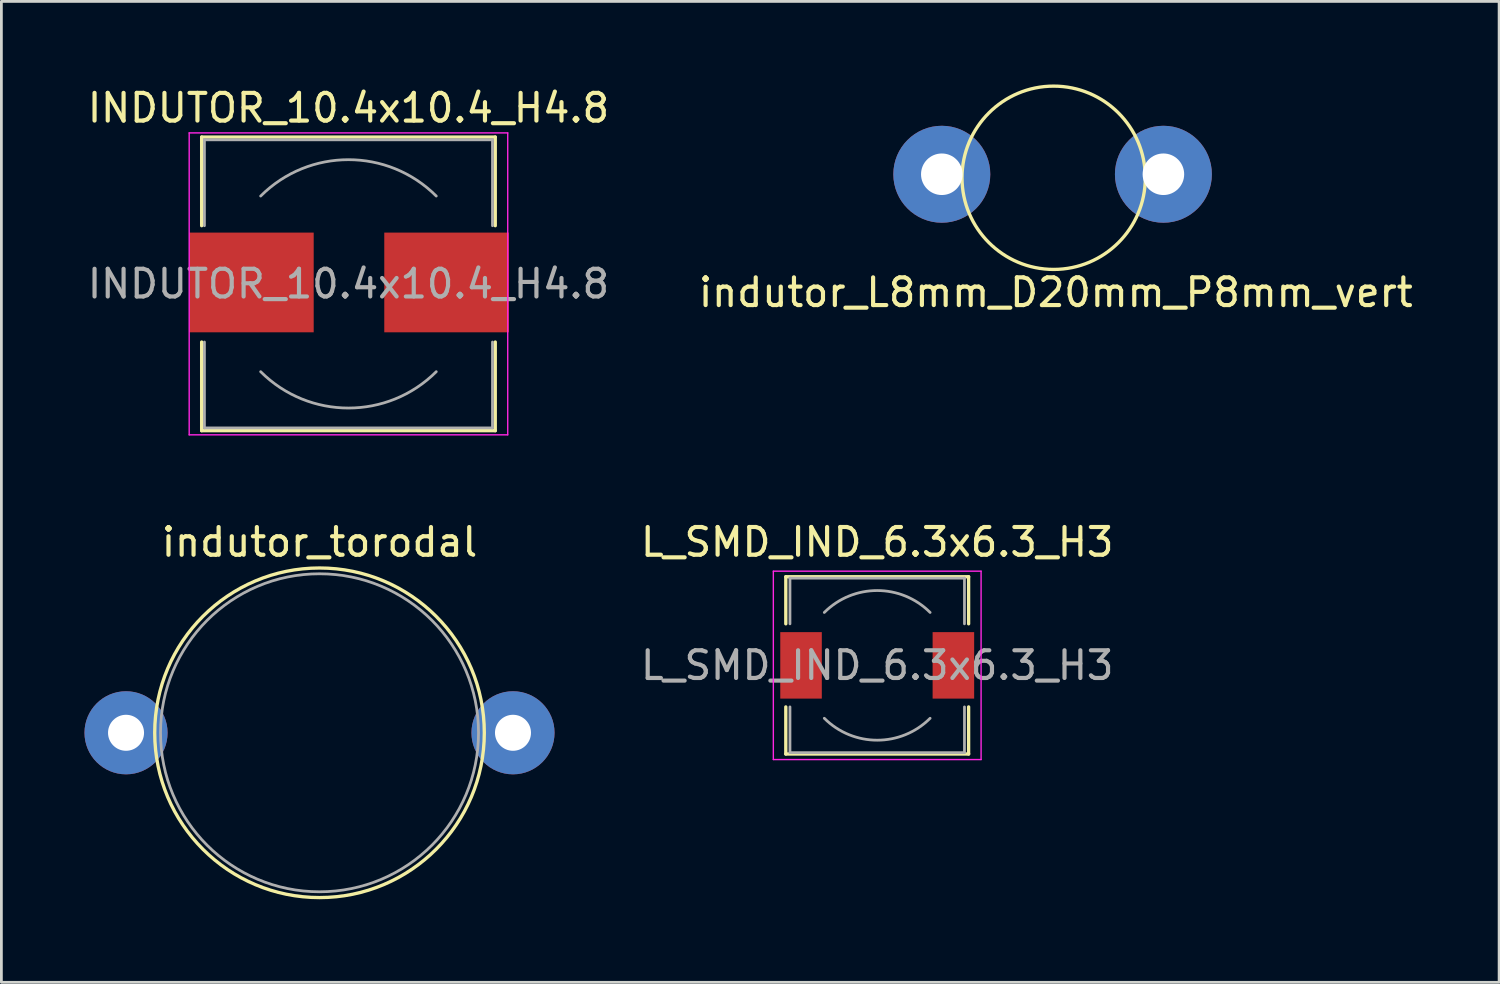
<source format=kicad_pcb>
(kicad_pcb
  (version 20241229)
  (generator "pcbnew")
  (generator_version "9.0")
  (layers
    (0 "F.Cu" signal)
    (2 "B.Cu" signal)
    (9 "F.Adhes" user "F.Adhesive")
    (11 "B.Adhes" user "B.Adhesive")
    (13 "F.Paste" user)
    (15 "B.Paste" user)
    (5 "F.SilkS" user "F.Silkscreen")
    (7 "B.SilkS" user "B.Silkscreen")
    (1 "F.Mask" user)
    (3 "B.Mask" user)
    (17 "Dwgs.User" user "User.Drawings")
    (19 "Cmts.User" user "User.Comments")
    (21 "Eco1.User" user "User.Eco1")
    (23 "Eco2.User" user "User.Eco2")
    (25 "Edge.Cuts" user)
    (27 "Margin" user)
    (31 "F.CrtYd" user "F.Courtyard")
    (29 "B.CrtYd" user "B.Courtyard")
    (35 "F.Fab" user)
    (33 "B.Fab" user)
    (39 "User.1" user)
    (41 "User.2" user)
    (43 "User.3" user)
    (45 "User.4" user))
  (footprint "INDUTOR_10.4x10.4_H4.8"
    (layer "F.Cu")
    (at 9.53 7.198)
    (property "Reference" "INDUTOR_10.4x10.4_H4.8" (at 0 -6.35 0) (layer "F.SilkS") (effects (font (size 1 1) (thickness 0.15))))
    (attr smd)
    (fp_line (start -5.3 -5.3) (end 5.3 -5.3) (stroke (width 0.12) (type solid)) (layer "F.SilkS"))
    (fp_line (start -5.3 -2.1) (end -5.3 -5.3) (stroke (width 0.12) (type solid)) (layer "F.SilkS"))
    (fp_line (start -5.3 5.3) (end -5.3 2.1) (stroke (width 0.12) (type solid)) (layer "F.SilkS"))
    (fp_line (start 5.3 -5.3) (end 5.3 -2.1) (stroke (width 0.12) (type solid)) (layer "F.SilkS"))
    (fp_line (start 5.3 2.1) (end 5.3 5.3) (stroke (width 0.12) (type solid)) (layer "F.SilkS"))
    (fp_line (start 5.3 5.3) (end -5.3 5.3) (stroke (width 0.12) (type solid)) (layer "F.SilkS"))
    (fp_line (start -5.75 -5.45) (end -5.75 5.45) (stroke (width 0.05) (type solid)) (layer "F.CrtYd"))
    (fp_line (start -5.75 5.45) (end 5.75 5.45) (stroke (width 0.05) (type solid)) (layer "F.CrtYd"))
    (fp_line (start 5.75 -5.45) (end -5.75 -5.45) (stroke (width 0.05) (type solid)) (layer "F.CrtYd"))
    (fp_line (start 5.75 5.45) (end 5.75 -5.45) (stroke (width 0.05) (type solid)) (layer "F.CrtYd"))
    (fp_line (start -5.2 -5.2) (end -5.2 -2.1) (stroke (width 0.1) (type solid)) (layer "F.Fab"))
    (fp_line (start -5.2 -5.2) (end 5.2 -5.2) (stroke (width 0.1) (type solid)) (layer "F.Fab"))
    (fp_line (start -5.2 5.2) (end -5.2 2.1) (stroke (width 0.1) (type solid)) (layer "F.Fab"))
    (fp_line (start -5.2 5.2) (end 5.2 5.2) (stroke (width 0.1) (type solid)) (layer "F.Fab"))
    (fp_line (start 5.2 -5.2) (end 5.2 -2.1) (stroke (width 0.1) (type solid)) (layer "F.Fab"))
    (fp_line (start 5.2 5.2) (end 5.2 2.1) (stroke (width 0.1) (type solid)) (layer "F.Fab"))
    (fp_arc (start -3.17 -3.17) (mid 0 -4.483057) (end 3.17 -3.17) (stroke (width 0.1) (type solid)) (layer "F.Fab"))
    (fp_arc (start 3.17 3.17) (mid 0 4.483057) (end -3.17 3.17) (stroke (width 0.1) (type solid)) (layer "F.Fab"))
    (fp_text user "${REFERENCE}" (at 0 0 0) (layer "F.Fab") (effects (font (size 1 1) (thickness 0.15))))
    (pad "1" smd rect (at -3.505 -0.051) (size 4.5 3.6) (layers "F.Cu" "F.Mask" "F.Paste"))
    (pad "2" smd rect (at 3.543 -0.051) (size 4.5 3.6) (layers "F.Cu" "F.Mask" "F.Paste")))
  (footprint "L_SMD_IND_6.3x6.3_H3"
    (layer "F.Cu")
    (at 28.619 20.971)
    (property "Reference" "L_SMD_IND_6.3x6.3_H3" (at 0 -4.45 180) (layer "F.SilkS") (effects (font (size 1 1) (thickness 0.15))))
    (attr smd)
    (fp_line (start -3.3 -3.2) (end 3.3 -3.2) (stroke (width 0.12) (type solid)) (layer "F.SilkS"))
    (fp_line (start -3.3 -1.5) (end -3.3 -3.2) (stroke (width 0.12) (type solid)) (layer "F.SilkS"))
    (fp_line (start -3.3 3.2) (end -3.3 1.5) (stroke (width 0.12) (type solid)) (layer "F.SilkS"))
    (fp_line (start 3.3 -3.2) (end 3.3 -1.5) (stroke (width 0.12) (type solid)) (layer "F.SilkS"))
    (fp_line (start 3.3 1.5) (end 3.3 3.2) (stroke (width 0.12) (type solid)) (layer "F.SilkS"))
    (fp_line (start 3.3 3.2) (end -3.3 3.2) (stroke (width 0.12) (type solid)) (layer "F.SilkS"))
    (fp_line (start -3.75 -3.4) (end -3.75 3.4) (stroke (width 0.05) (type solid)) (layer "F.CrtYd"))
    (fp_line (start -3.75 3.4) (end 3.75 3.4) (stroke (width 0.05) (type solid)) (layer "F.CrtYd"))
    (fp_line (start 3.75 -3.4) (end -3.75 -3.4) (stroke (width 0.05) (type solid)) (layer "F.CrtYd"))
    (fp_line (start 3.75 3.4) (end 3.75 -3.4) (stroke (width 0.05) (type solid)) (layer "F.CrtYd"))
    (fp_line (start -3.15 -3.15) (end -3.15 -1.5) (stroke (width 0.1) (type solid)) (layer "F.Fab"))
    (fp_line (start -3.15 -3.15) (end 3.15 -3.15) (stroke (width 0.1) (type solid)) (layer "F.Fab"))
    (fp_line (start -3.15 3.15) (end -3.15 1.5) (stroke (width 0.1) (type solid)) (layer "F.Fab"))
    (fp_line (start -3.15 3.15) (end 3.15 3.15) (stroke (width 0.1) (type solid)) (layer "F.Fab"))
    (fp_line (start 3.15 -3.15) (end 3.15 -1.5) (stroke (width 0.1) (type solid)) (layer "F.Fab"))
    (fp_line (start 3.15 3.15) (end 3.15 1.5) (stroke (width 0.1) (type solid)) (layer "F.Fab"))
    (fp_arc (start -1.91 -1.91) (mid 0 -2.701148) (end 1.91 -1.91) (stroke (width 0.1) (type solid)) (layer "F.Fab"))
    (fp_arc (start 1.91 1.91) (mid 0 2.701148) (end -1.91 1.91) (stroke (width 0.1) (type solid)) (layer "F.Fab"))
    (fp_text user "${REFERENCE}" (at 0 0 180) (layer "F.Fab") (effects (font (size 1 1) (thickness 0.15))))
    (pad "1" smd rect (at -2.75 0) (size 1.5 2.4) (layers "F.Cu" "F.Mask" "F.Paste"))
    (pad "2" smd rect (at 2.75 0) (size 1.5 2.4) (layers "F.Cu" "F.Mask" "F.Paste")))
  (footprint "indutor_L8mm_D20mm_P8mm_vert"
    (layer "F.Cu")
    (at 34.964 3.546)
    (property "Reference" "indutor_L8mm_D20mm_P8mm_vert" (at 0.102 3.962 0) (layer "F.SilkS") (effects (font (size 1 1) (thickness 0.15))))
    (attr through_hole)
    (fp_circle (center 0.025 -0.178) (end 3.226 0.66) (stroke (width 0.12) (type solid)) (fill no) (layer "F.SilkS"))
    (pad "1" thru_hole circle (at -4.013 -0.305) (size 3.5 3.5) (drill 1.5) (layers "*.Cu" "*.Mask"))
    (pad "2" thru_hole circle (at 3.987 -0.305) (size 3.5 3.5) (drill 1.5) (layers "*.Cu" "*.Mask")))
  (footprint "indutor_torodal"
    (layer "F.Cu")
    (at 2.135 23.405)
    (property "Reference" "indutor_torodal" (at 6.35 -6.883 0) (layer "F.SilkS") (effects (font (size 1 1) (thickness 0.15))))
    (attr through_hole)
    (fp_circle (center 6.35 0) (end 12.294 0.254) (stroke (width 0.12) (type solid)) (fill no) (layer "F.SilkS"))
    (fp_circle (center 6.35 0) (end 12.09 0.025) (stroke (width 0.1) (type solid)) (fill no) (layer "F.Fab"))
    (pad "1" thru_hole circle (at -0.635 0) (size 3 3) (drill 1.3) (layers "*.Cu" "*.Mask"))
    (pad "2" thru_hole circle (at 13.335 0) (size 3 3) (drill 1.3) (layers "*.Cu" "*.Mask")))
  (gr_rect
    (start -3 -3)
    (end 51.071 32.414)
    (stroke (width 0.1) (type default))
    (fill no)
    (layer "Edge.Cuts")))
</source>
